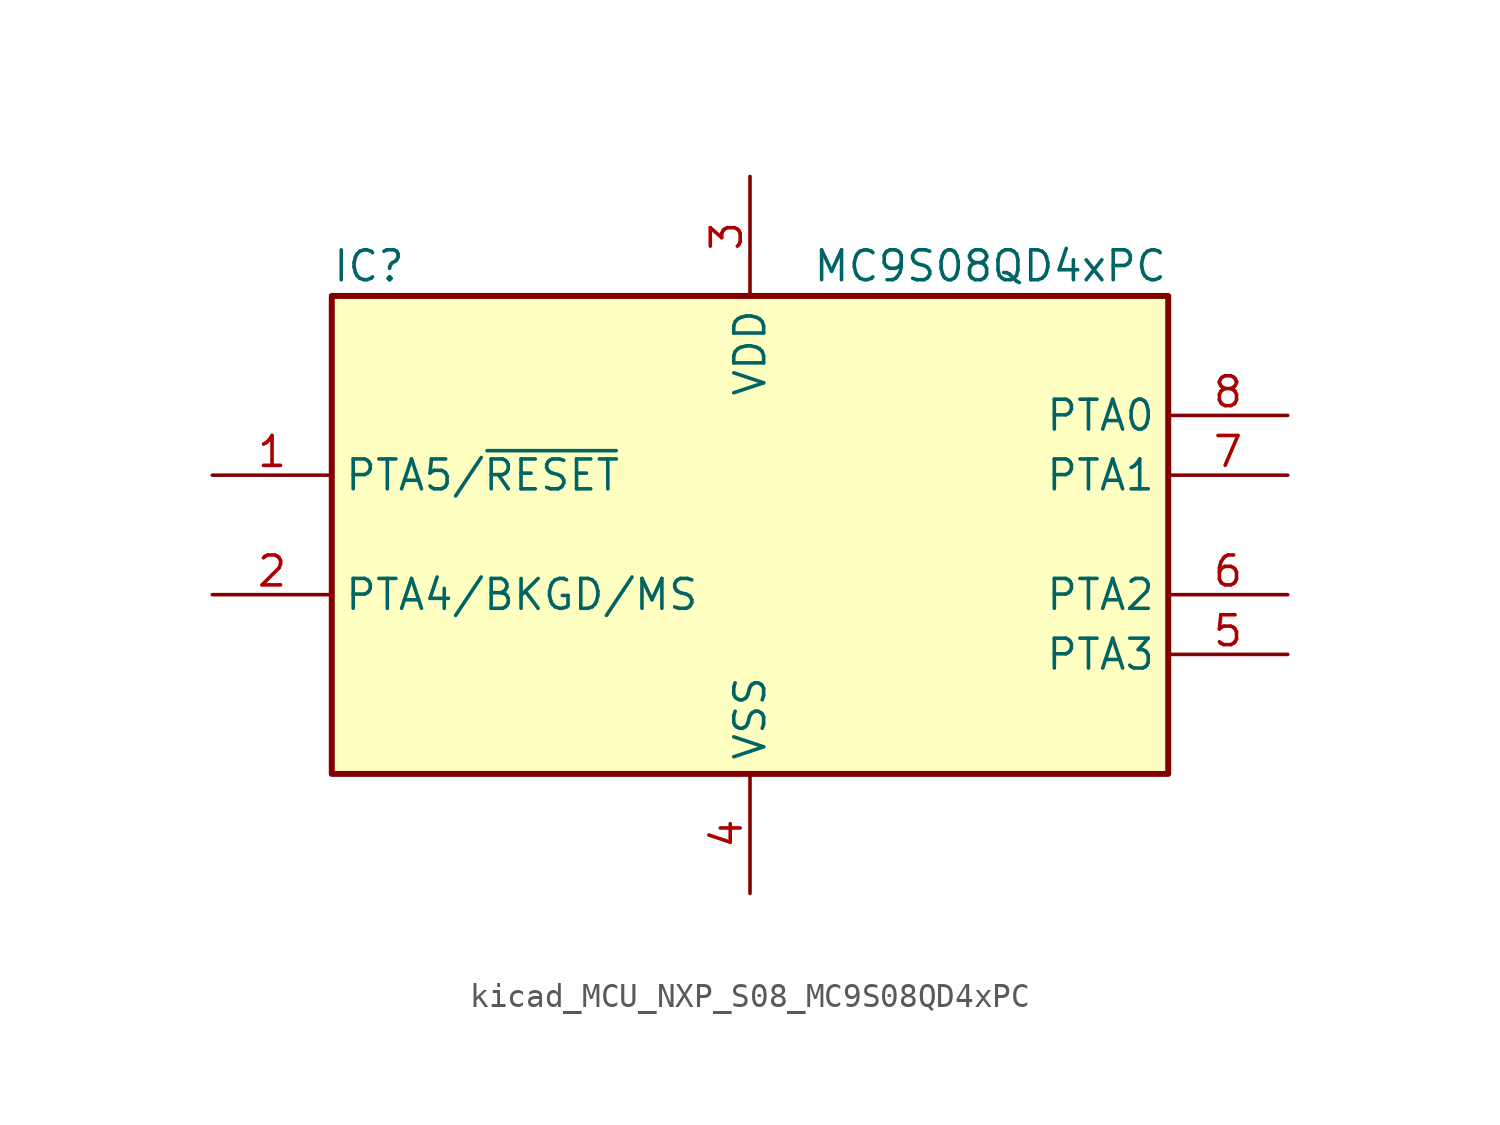
<source format=kicad_sym>
(kicad_symbol_lib
  (version 20220914)
  (generator kicad_symbol_editor)
  (symbol "kicad_MCU_NXP_S08_MC9S08QD4xPC"
    (property "Reference" "IC"
      (at -17.78 11.43 0)
      (effects (font (size 1.27 1.27)) (justify left)))
    (property "Value" "MC9S08QD4xPC"
      (at 17.78 11.43 0)
      (effects (font (size 1.27 1.27)) (justify right)))
    (symbol "kicad_MCU_NXP_S08_MC9S08QD4xPC_0_1"
      (rectangle (start -17.78 10.16) (end 17.78 -10.16) (stroke (width 0.254) (type default)) (fill (type background))))
    (symbol "kicad_MCU_NXP_S08_MC9S08QD4xPC_1_1"
      (pin bidirectional line (at -22.86 2.54 0) (length 5.08) (name "PTA5/~{RESET}" (effects (font (size 1.27 1.27)))) (number "1" (effects (font (size 1.27 1.27)))))
      (pin bidirectional line (at -22.86 -2.54 0) (length 5.08) (name "PTA4/BKGD/MS" (effects (font (size 1.27 1.27)))) (number "2" (effects (font (size 1.27 1.27)))))
      (pin power_in line (at 0 15.24 270) (length 5.08) (name "VDD" (effects (font (size 1.27 1.27)))) (number "3" (effects (font (size 1.27 1.27)))))
      (pin power_in line (at 0 -15.24 90) (length 5.08) (name "VSS" (effects (font (size 1.27 1.27)))) (number "4" (effects (font (size 1.27 1.27)))))
      (pin bidirectional line (at 22.86 -5.08 180) (length 5.08) (name "PTA3" (effects (font (size 1.27 1.27)))) (number "5" (effects (font (size 1.27 1.27)))))
      (pin bidirectional line (at 22.86 -2.54 180) (length 5.08) (name "PTA2" (effects (font (size 1.27 1.27)))) (number "6" (effects (font (size 1.27 1.27)))))
      (pin bidirectional line (at 22.86 2.54 180) (length 5.08) (name "PTA1" (effects (font (size 1.27 1.27)))) (number "7" (effects (font (size 1.27 1.27)))))
      (pin bidirectional line (at 22.86 5.08 180) (length 5.08) (name "PTA0" (effects (font (size 1.27 1.27)))) (number "8" (effects (font (size 1.27 1.27))))))))
</source>
